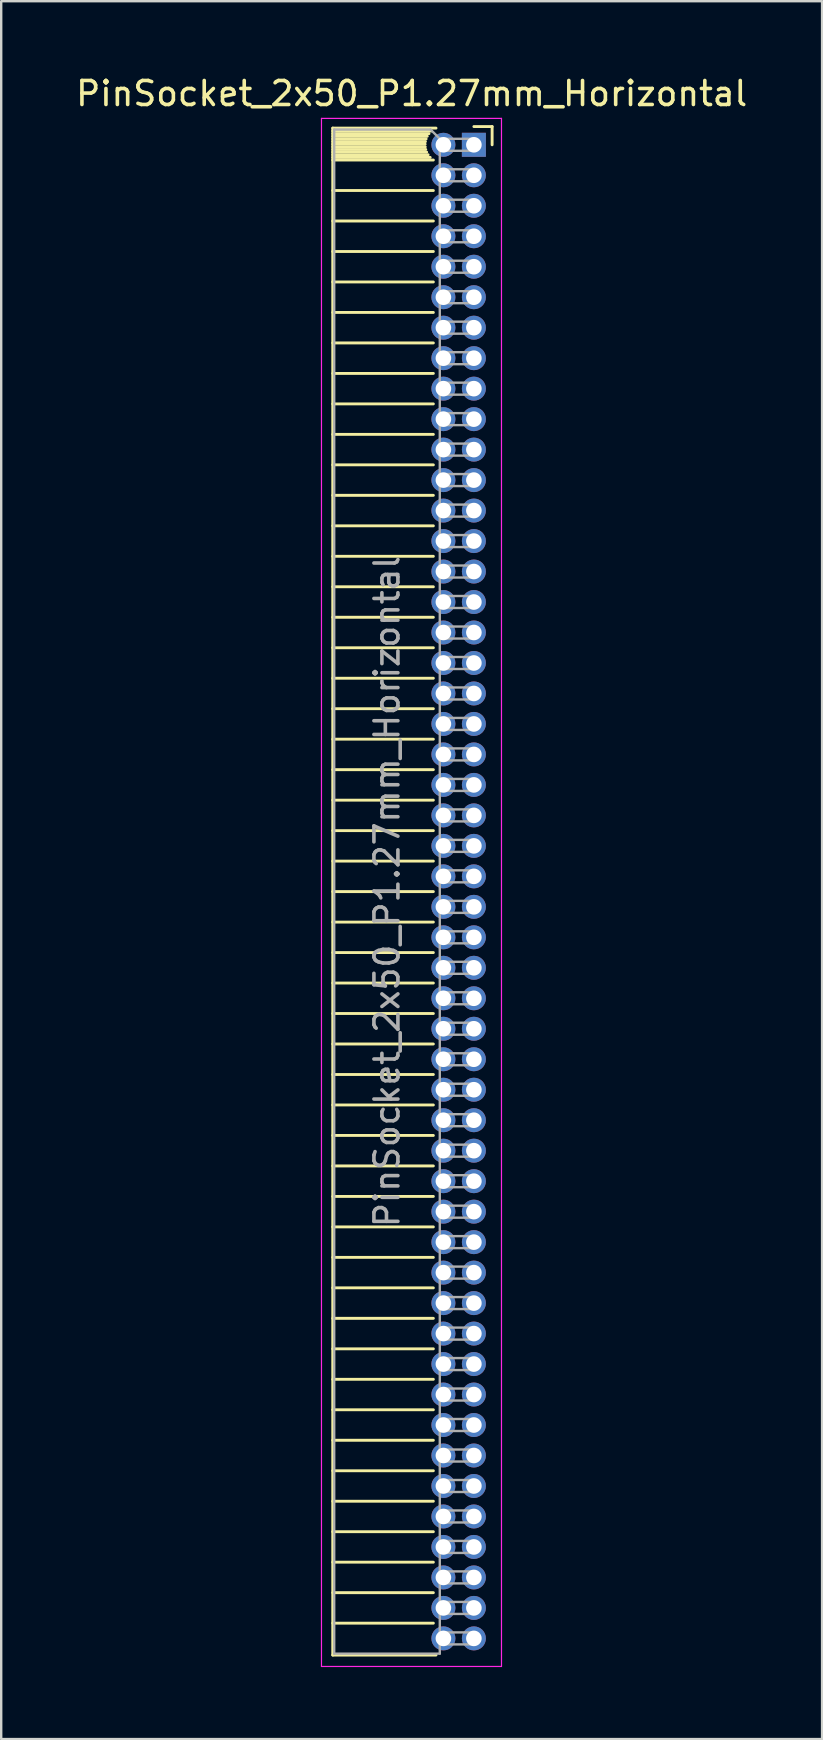
<source format=kicad_pcb>
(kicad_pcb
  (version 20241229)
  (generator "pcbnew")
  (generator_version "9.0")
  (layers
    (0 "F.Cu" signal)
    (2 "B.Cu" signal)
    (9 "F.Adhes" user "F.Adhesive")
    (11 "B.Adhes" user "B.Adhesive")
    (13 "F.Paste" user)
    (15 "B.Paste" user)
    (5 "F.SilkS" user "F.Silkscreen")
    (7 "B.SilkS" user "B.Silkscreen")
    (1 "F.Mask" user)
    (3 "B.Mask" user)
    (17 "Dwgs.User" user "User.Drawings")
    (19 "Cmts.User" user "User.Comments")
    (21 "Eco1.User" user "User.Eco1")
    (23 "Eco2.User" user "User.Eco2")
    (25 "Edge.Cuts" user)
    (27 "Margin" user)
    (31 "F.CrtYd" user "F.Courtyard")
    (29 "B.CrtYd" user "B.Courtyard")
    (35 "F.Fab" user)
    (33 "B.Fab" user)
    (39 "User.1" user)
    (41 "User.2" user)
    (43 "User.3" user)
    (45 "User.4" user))
  (footprint "PinSocket_2x50_P1.27mm_Horizontal"
    (layer "F.Cu")
    (at 16.694 2.983)
    (property "Reference" "PinSocket_2x50_P1.27mm_Horizontal" (at -2.592 -2.135 0) (layer "F.SilkS") (effects (font (size 1 1) (thickness 0.15))))
    (attr through_hole)
    (fp_line (start -5.88 -0.695) (end -5.88 62.925) (stroke (width 0.12) (type solid)) (layer "F.SilkS"))
    (fp_line (start -5.88 -0.695) (end -1.578 -0.695) (stroke (width 0.12) (type solid)) (layer "F.SilkS"))
    (fp_line (start -5.88 -0.575) (end -1.767 -0.575) (stroke (width 0.12) (type solid)) (layer "F.SilkS"))
    (fp_line (start -5.88 -0.465) (end -1.871 -0.465) (stroke (width 0.12) (type solid)) (layer "F.SilkS"))
    (fp_line (start -5.88 -0.355) (end -1.942 -0.355) (stroke (width 0.12) (type solid)) (layer "F.SilkS"))
    (fp_line (start -5.88 -0.245) (end -1.989 -0.245) (stroke (width 0.12) (type solid)) (layer "F.SilkS"))
    (fp_line (start -5.88 -0.135) (end -2.018 -0.135) (stroke (width 0.12) (type solid)) (layer "F.SilkS"))
    (fp_line (start -5.88 -0.025) (end -2.03 -0.025) (stroke (width 0.12) (type solid)) (layer "F.SilkS"))
    (fp_line (start -5.88 0.085) (end -2.025 0.085) (stroke (width 0.12) (type solid)) (layer "F.SilkS"))
    (fp_line (start -5.88 0.195) (end -2.005 0.195) (stroke (width 0.12) (type solid)) (layer "F.SilkS"))
    (fp_line (start -5.88 0.305) (end -1.966 0.305) (stroke (width 0.12) (type solid)) (layer "F.SilkS"))
    (fp_line (start -5.88 0.415) (end -1.907 0.415) (stroke (width 0.12) (type solid)) (layer "F.SilkS"))
    (fp_line (start -5.88 0.525) (end -1.82 0.525) (stroke (width 0.12) (type solid)) (layer "F.SilkS"))
    (fp_line (start -5.88 0.635) (end -1.688 0.635) (stroke (width 0.12) (type solid)) (layer "F.SilkS"))
    (fp_line (start -5.88 1.905) (end -1.688 1.905) (stroke (width 0.12) (type solid)) (layer "F.SilkS"))
    (fp_line (start -5.88 3.175) (end -1.688 3.175) (stroke (width 0.12) (type solid)) (layer "F.SilkS"))
    (fp_line (start -5.88 4.445) (end -1.688 4.445) (stroke (width 0.12) (type solid)) (layer "F.SilkS"))
    (fp_line (start -5.88 5.715) (end -1.688 5.715) (stroke (width 0.12) (type solid)) (layer "F.SilkS"))
    (fp_line (start -5.88 6.985) (end -1.688 6.985) (stroke (width 0.12) (type solid)) (layer "F.SilkS"))
    (fp_line (start -5.88 8.255) (end -1.688 8.255) (stroke (width 0.12) (type solid)) (layer "F.SilkS"))
    (fp_line (start -5.88 9.525) (end -1.688 9.525) (stroke (width 0.12) (type solid)) (layer "F.SilkS"))
    (fp_line (start -5.88 10.795) (end -1.688 10.795) (stroke (width 0.12) (type solid)) (layer "F.SilkS"))
    (fp_line (start -5.88 12.065) (end -1.688 12.065) (stroke (width 0.12) (type solid)) (layer "F.SilkS"))
    (fp_line (start -5.88 13.335) (end -1.688 13.335) (stroke (width 0.12) (type solid)) (layer "F.SilkS"))
    (fp_line (start -5.88 14.605) (end -1.688 14.605) (stroke (width 0.12) (type solid)) (layer "F.SilkS"))
    (fp_line (start -5.88 15.875) (end -1.688 15.875) (stroke (width 0.12) (type solid)) (layer "F.SilkS"))
    (fp_line (start -5.88 17.145) (end -1.688 17.145) (stroke (width 0.12) (type solid)) (layer "F.SilkS"))
    (fp_line (start -5.88 18.415) (end -1.688 18.415) (stroke (width 0.12) (type solid)) (layer "F.SilkS"))
    (fp_line (start -5.88 19.685) (end -1.688 19.685) (stroke (width 0.12) (type solid)) (layer "F.SilkS"))
    (fp_line (start -5.88 20.955) (end -1.688 20.955) (stroke (width 0.12) (type solid)) (layer "F.SilkS"))
    (fp_line (start -5.88 22.225) (end -1.688 22.225) (stroke (width 0.12) (type solid)) (layer "F.SilkS"))
    (fp_line (start -5.88 23.495) (end -1.688 23.495) (stroke (width 0.12) (type solid)) (layer "F.SilkS"))
    (fp_line (start -5.88 24.765) (end -1.688 24.765) (stroke (width 0.12) (type solid)) (layer "F.SilkS"))
    (fp_line (start -5.88 26.035) (end -1.688 26.035) (stroke (width 0.12) (type solid)) (layer "F.SilkS"))
    (fp_line (start -5.88 27.305) (end -1.688 27.305) (stroke (width 0.12) (type solid)) (layer "F.SilkS"))
    (fp_line (start -5.88 28.575) (end -1.688 28.575) (stroke (width 0.12) (type solid)) (layer "F.SilkS"))
    (fp_line (start -5.88 29.845) (end -1.688 29.845) (stroke (width 0.12) (type solid)) (layer "F.SilkS"))
    (fp_line (start -5.88 31.115) (end -1.688 31.115) (stroke (width 0.12) (type solid)) (layer "F.SilkS"))
    (fp_line (start -5.88 32.385) (end -1.688 32.385) (stroke (width 0.12) (type solid)) (layer "F.SilkS"))
    (fp_line (start -5.88 33.655) (end -1.688 33.655) (stroke (width 0.12) (type solid)) (layer "F.SilkS"))
    (fp_line (start -5.88 34.925) (end -1.688 34.925) (stroke (width 0.12) (type solid)) (layer "F.SilkS"))
    (fp_line (start -5.88 36.195) (end -1.688 36.195) (stroke (width 0.12) (type solid)) (layer "F.SilkS"))
    (fp_line (start -5.88 37.465) (end -1.688 37.465) (stroke (width 0.12) (type solid)) (layer "F.SilkS"))
    (fp_line (start -5.88 38.735) (end -1.688 38.735) (stroke (width 0.12) (type solid)) (layer "F.SilkS"))
    (fp_line (start -5.88 40.005) (end -1.688 40.005) (stroke (width 0.12) (type solid)) (layer "F.SilkS"))
    (fp_line (start -5.88 41.275) (end -1.688 41.275) (stroke (width 0.12) (type solid)) (layer "F.SilkS"))
    (fp_line (start -5.88 42.545) (end -1.688 42.545) (stroke (width 0.12) (type solid)) (layer "F.SilkS"))
    (fp_line (start -5.88 43.815) (end -1.688 43.815) (stroke (width 0.12) (type solid)) (layer "F.SilkS"))
    (fp_line (start -5.88 45.085) (end -1.688 45.085) (stroke (width 0.12) (type solid)) (layer "F.SilkS"))
    (fp_line (start -5.88 46.355) (end -1.688 46.355) (stroke (width 0.12) (type solid)) (layer "F.SilkS"))
    (fp_line (start -5.88 47.625) (end -1.688 47.625) (stroke (width 0.12) (type solid)) (layer "F.SilkS"))
    (fp_line (start -5.88 48.895) (end -1.688 48.895) (stroke (width 0.12) (type solid)) (layer "F.SilkS"))
    (fp_line (start -5.88 50.165) (end -1.688 50.165) (stroke (width 0.12) (type solid)) (layer "F.SilkS"))
    (fp_line (start -5.88 51.435) (end -1.688 51.435) (stroke (width 0.12) (type solid)) (layer "F.SilkS"))
    (fp_line (start -5.88 52.705) (end -1.688 52.705) (stroke (width 0.12) (type solid)) (layer "F.SilkS"))
    (fp_line (start -5.88 53.975) (end -1.688 53.975) (stroke (width 0.12) (type solid)) (layer "F.SilkS"))
    (fp_line (start -5.88 55.245) (end -1.688 55.245) (stroke (width 0.12) (type solid)) (layer "F.SilkS"))
    (fp_line (start -5.88 56.515) (end -1.688 56.515) (stroke (width 0.12) (type solid)) (layer "F.SilkS"))
    (fp_line (start -5.88 57.785) (end -1.688 57.785) (stroke (width 0.12) (type solid)) (layer "F.SilkS"))
    (fp_line (start -5.88 59.055) (end -1.688 59.055) (stroke (width 0.12) (type solid)) (layer "F.SilkS"))
    (fp_line (start -5.88 60.325) (end -1.688 60.325) (stroke (width 0.12) (type solid)) (layer "F.SilkS"))
    (fp_line (start -5.88 61.595) (end -1.688 61.595) (stroke (width 0.12) (type solid)) (layer "F.SilkS"))
    (fp_line (start -5.88 62.925) (end -1.578 62.925) (stroke (width 0.12) (type solid)) (layer "F.SilkS"))
    (fp_line (start 0 -0.76) (end 0.76 -0.76) (stroke (width 0.12) (type solid)) (layer "F.SilkS"))
    (fp_line (start 0.76 -0.76) (end 0.76 0) (stroke (width 0.12) (type solid)) (layer "F.SilkS"))
    (fp_line (start -6.35 -1.1) (end -6.35 63.4) (stroke (width 0.05) (type solid)) (layer "F.CrtYd"))
    (fp_line (start -6.35 63.4) (end 1.15 63.4) (stroke (width 0.05) (type solid)) (layer "F.CrtYd"))
    (fp_line (start 1.15 -1.1) (end -6.35 -1.1) (stroke (width 0.05) (type solid)) (layer "F.CrtYd"))
    (fp_line (start 1.15 63.4) (end 1.15 -1.1) (stroke (width 0.05) (type solid)) (layer "F.CrtYd"))
    (fp_line (start -5.82 -0.635) (end -1.805 -0.635) (stroke (width 0.1) (type solid)) (layer "F.Fab"))
    (fp_line (start -5.82 62.865) (end -5.82 -0.635) (stroke (width 0.1) (type solid)) (layer "F.Fab"))
    (fp_line (start -1.805 -0.635) (end -1.42 -0.25) (stroke (width 0.1) (type solid)) (layer "F.Fab"))
    (fp_line (start -1.42 -0.25) (end -1.42 62.865) (stroke (width 0.1) (type solid)) (layer "F.Fab"))
    (fp_line (start -1.42 0.25) (end 0 0.25) (stroke (width 0.1) (type solid)) (layer "F.Fab"))
    (fp_line (start -1.42 1.52) (end 0 1.52) (stroke (width 0.1) (type solid)) (layer "F.Fab"))
    (fp_line (start -1.42 2.79) (end 0 2.79) (stroke (width 0.1) (type solid)) (layer "F.Fab"))
    (fp_line (start -1.42 4.06) (end 0 4.06) (stroke (width 0.1) (type solid)) (layer "F.Fab"))
    (fp_line (start -1.42 5.33) (end 0 5.33) (stroke (width 0.1) (type solid)) (layer "F.Fab"))
    (fp_line (start -1.42 6.6) (end 0 6.6) (stroke (width 0.1) (type solid)) (layer "F.Fab"))
    (fp_line (start -1.42 7.87) (end 0 7.87) (stroke (width 0.1) (type solid)) (layer "F.Fab"))
    (fp_line (start -1.42 9.14) (end 0 9.14) (stroke (width 0.1) (type solid)) (layer "F.Fab"))
    (fp_line (start -1.42 10.41) (end 0 10.41) (stroke (width 0.1) (type solid)) (layer "F.Fab"))
    (fp_line (start -1.42 11.68) (end 0 11.68) (stroke (width 0.1) (type solid)) (layer "F.Fab"))
    (fp_line (start -1.42 12.95) (end 0 12.95) (stroke (width 0.1) (type solid)) (layer "F.Fab"))
    (fp_line (start -1.42 14.22) (end 0 14.22) (stroke (width 0.1) (type solid)) (layer "F.Fab"))
    (fp_line (start -1.42 15.49) (end 0 15.49) (stroke (width 0.1) (type solid)) (layer "F.Fab"))
    (fp_line (start -1.42 16.76) (end 0 16.76) (stroke (width 0.1) (type solid)) (layer "F.Fab"))
    (fp_line (start -1.42 18.03) (end 0 18.03) (stroke (width 0.1) (type solid)) (layer "F.Fab"))
    (fp_line (start -1.42 19.3) (end 0 19.3) (stroke (width 0.1) (type solid)) (layer "F.Fab"))
    (fp_line (start -1.42 20.57) (end 0 20.57) (stroke (width 0.1) (type solid)) (layer "F.Fab"))
    (fp_line (start -1.42 21.84) (end 0 21.84) (stroke (width 0.1) (type solid)) (layer "F.Fab"))
    (fp_line (start -1.42 23.11) (end 0 23.11) (stroke (width 0.1) (type solid)) (layer "F.Fab"))
    (fp_line (start -1.42 24.38) (end 0 24.38) (stroke (width 0.1) (type solid)) (layer "F.Fab"))
    (fp_line (start -1.42 25.65) (end 0 25.65) (stroke (width 0.1) (type solid)) (layer "F.Fab"))
    (fp_line (start -1.42 26.92) (end 0 26.92) (stroke (width 0.1) (type solid)) (layer "F.Fab"))
    (fp_line (start -1.42 28.19) (end 0 28.19) (stroke (width 0.1) (type solid)) (layer "F.Fab"))
    (fp_line (start -1.42 29.46) (end 0 29.46) (stroke (width 0.1) (type solid)) (layer "F.Fab"))
    (fp_line (start -1.42 30.73) (end 0 30.73) (stroke (width 0.1) (type solid)) (layer "F.Fab"))
    (fp_line (start -1.42 32) (end 0 32) (stroke (width 0.1) (type solid)) (layer "F.Fab"))
    (fp_line (start -1.42 33.27) (end 0 33.27) (stroke (width 0.1) (type solid)) (layer "F.Fab"))
    (fp_line (start -1.42 34.54) (end 0 34.54) (stroke (width 0.1) (type solid)) (layer "F.Fab"))
    (fp_line (start -1.42 35.81) (end 0 35.81) (stroke (width 0.1) (type solid)) (layer "F.Fab"))
    (fp_line (start -1.42 37.08) (end 0 37.08) (stroke (width 0.1) (type solid)) (layer "F.Fab"))
    (fp_line (start -1.42 38.35) (end 0 38.35) (stroke (width 0.1) (type solid)) (layer "F.Fab"))
    (fp_line (start -1.42 39.62) (end 0 39.62) (stroke (width 0.1) (type solid)) (layer "F.Fab"))
    (fp_line (start -1.42 40.89) (end 0 40.89) (stroke (width 0.1) (type solid)) (layer "F.Fab"))
    (fp_line (start -1.42 42.16) (end 0 42.16) (stroke (width 0.1) (type solid)) (layer "F.Fab"))
    (fp_line (start -1.42 43.43) (end 0 43.43) (stroke (width 0.1) (type solid)) (layer "F.Fab"))
    (fp_line (start -1.42 44.7) (end 0 44.7) (stroke (width 0.1) (type solid)) (layer "F.Fab"))
    (fp_line (start -1.42 45.97) (end 0 45.97) (stroke (width 0.1) (type solid)) (layer "F.Fab"))
    (fp_line (start -1.42 47.24) (end 0 47.24) (stroke (width 0.1) (type solid)) (layer "F.Fab"))
    (fp_line (start -1.42 48.51) (end 0 48.51) (stroke (width 0.1) (type solid)) (layer "F.Fab"))
    (fp_line (start -1.42 49.78) (end 0 49.78) (stroke (width 0.1) (type solid)) (layer "F.Fab"))
    (fp_line (start -1.42 51.05) (end 0 51.05) (stroke (width 0.1) (type solid)) (layer "F.Fab"))
    (fp_line (start -1.42 52.32) (end 0 52.32) (stroke (width 0.1) (type solid)) (layer "F.Fab"))
    (fp_line (start -1.42 53.59) (end 0 53.59) (stroke (width 0.1) (type solid)) (layer "F.Fab"))
    (fp_line (start -1.42 54.86) (end 0 54.86) (stroke (width 0.1) (type solid)) (layer "F.Fab"))
    (fp_line (start -1.42 56.13) (end 0 56.13) (stroke (width 0.1) (type solid)) (layer "F.Fab"))
    (fp_line (start -1.42 57.4) (end 0 57.4) (stroke (width 0.1) (type solid)) (layer "F.Fab"))
    (fp_line (start -1.42 58.67) (end 0 58.67) (stroke (width 0.1) (type solid)) (layer "F.Fab"))
    (fp_line (start -1.42 59.94) (end 0 59.94) (stroke (width 0.1) (type solid)) (layer "F.Fab"))
    (fp_line (start -1.42 61.21) (end 0 61.21) (stroke (width 0.1) (type solid)) (layer "F.Fab"))
    (fp_line (start -1.42 62.48) (end 0 62.48) (stroke (width 0.1) (type solid)) (layer "F.Fab"))
    (fp_line (start -1.42 62.865) (end -5.82 62.865) (stroke (width 0.1) (type solid)) (layer "F.Fab"))
    (fp_line (start 0 -0.25) (end -1.42 -0.25) (stroke (width 0.1) (type solid)) (layer "F.Fab"))
    (fp_line (start 0 0.25) (end 0 -0.25) (stroke (width 0.1) (type solid)) (layer "F.Fab"))
    (fp_line (start 0 1.02) (end -1.42 1.02) (stroke (width 0.1) (type solid)) (layer "F.Fab"))
    (fp_line (start 0 1.52) (end 0 1.02) (stroke (width 0.1) (type solid)) (layer "F.Fab"))
    (fp_line (start 0 2.29) (end -1.42 2.29) (stroke (width 0.1) (type solid)) (layer "F.Fab"))
    (fp_line (start 0 2.79) (end 0 2.29) (stroke (width 0.1) (type solid)) (layer "F.Fab"))
    (fp_line (start 0 3.56) (end -1.42 3.56) (stroke (width 0.1) (type solid)) (layer "F.Fab"))
    (fp_line (start 0 4.06) (end 0 3.56) (stroke (width 0.1) (type solid)) (layer "F.Fab"))
    (fp_line (start 0 4.83) (end -1.42 4.83) (stroke (width 0.1) (type solid)) (layer "F.Fab"))
    (fp_line (start 0 5.33) (end 0 4.83) (stroke (width 0.1) (type solid)) (layer "F.Fab"))
    (fp_line (start 0 6.1) (end -1.42 6.1) (stroke (width 0.1) (type solid)) (layer "F.Fab"))
    (fp_line (start 0 6.6) (end 0 6.1) (stroke (width 0.1) (type solid)) (layer "F.Fab"))
    (fp_line (start 0 7.37) (end -1.42 7.37) (stroke (width 0.1) (type solid)) (layer "F.Fab"))
    (fp_line (start 0 7.87) (end 0 7.37) (stroke (width 0.1) (type solid)) (layer "F.Fab"))
    (fp_line (start 0 8.64) (end -1.42 8.64) (stroke (width 0.1) (type solid)) (layer "F.Fab"))
    (fp_line (start 0 9.14) (end 0 8.64) (stroke (width 0.1) (type solid)) (layer "F.Fab"))
    (fp_line (start 0 9.91) (end -1.42 9.91) (stroke (width 0.1) (type solid)) (layer "F.Fab"))
    (fp_line (start 0 10.41) (end 0 9.91) (stroke (width 0.1) (type solid)) (layer "F.Fab"))
    (fp_line (start 0 11.18) (end -1.42 11.18) (stroke (width 0.1) (type solid)) (layer "F.Fab"))
    (fp_line (start 0 11.68) (end 0 11.18) (stroke (width 0.1) (type solid)) (layer "F.Fab"))
    (fp_line (start 0 12.45) (end -1.42 12.45) (stroke (width 0.1) (type solid)) (layer "F.Fab"))
    (fp_line (start 0 12.95) (end 0 12.45) (stroke (width 0.1) (type solid)) (layer "F.Fab"))
    (fp_line (start 0 13.72) (end -1.42 13.72) (stroke (width 0.1) (type solid)) (layer "F.Fab"))
    (fp_line (start 0 14.22) (end 0 13.72) (stroke (width 0.1) (type solid)) (layer "F.Fab"))
    (fp_line (start 0 14.99) (end -1.42 14.99) (stroke (width 0.1) (type solid)) (layer "F.Fab"))
    (fp_line (start 0 15.49) (end 0 14.99) (stroke (width 0.1) (type solid)) (layer "F.Fab"))
    (fp_line (start 0 16.26) (end -1.42 16.26) (stroke (width 0.1) (type solid)) (layer "F.Fab"))
    (fp_line (start 0 16.76) (end 0 16.26) (stroke (width 0.1) (type solid)) (layer "F.Fab"))
    (fp_line (start 0 17.53) (end -1.42 17.53) (stroke (width 0.1) (type solid)) (layer "F.Fab"))
    (fp_line (start 0 18.03) (end 0 17.53) (stroke (width 0.1) (type solid)) (layer "F.Fab"))
    (fp_line (start 0 18.8) (end -1.42 18.8) (stroke (width 0.1) (type solid)) (layer "F.Fab"))
    (fp_line (start 0 19.3) (end 0 18.8) (stroke (width 0.1) (type solid)) (layer "F.Fab"))
    (fp_line (start 0 20.07) (end -1.42 20.07) (stroke (width 0.1) (type solid)) (layer "F.Fab"))
    (fp_line (start 0 20.57) (end 0 20.07) (stroke (width 0.1) (type solid)) (layer "F.Fab"))
    (fp_line (start 0 21.34) (end -1.42 21.34) (stroke (width 0.1) (type solid)) (layer "F.Fab"))
    (fp_line (start 0 21.84) (end 0 21.34) (stroke (width 0.1) (type solid)) (layer "F.Fab"))
    (fp_line (start 0 22.61) (end -1.42 22.61) (stroke (width 0.1) (type solid)) (layer "F.Fab"))
    (fp_line (start 0 23.11) (end 0 22.61) (stroke (width 0.1) (type solid)) (layer "F.Fab"))
    (fp_line (start 0 23.88) (end -1.42 23.88) (stroke (width 0.1) (type solid)) (layer "F.Fab"))
    (fp_line (start 0 24.38) (end 0 23.88) (stroke (width 0.1) (type solid)) (layer "F.Fab"))
    (fp_line (start 0 25.15) (end -1.42 25.15) (stroke (width 0.1) (type solid)) (layer "F.Fab"))
    (fp_line (start 0 25.65) (end 0 25.15) (stroke (width 0.1) (type solid)) (layer "F.Fab"))
    (fp_line (start 0 26.42) (end -1.42 26.42) (stroke (width 0.1) (type solid)) (layer "F.Fab"))
    (fp_line (start 0 26.92) (end 0 26.42) (stroke (width 0.1) (type solid)) (layer "F.Fab"))
    (fp_line (start 0 27.69) (end -1.42 27.69) (stroke (width 0.1) (type solid)) (layer "F.Fab"))
    (fp_line (start 0 28.19) (end 0 27.69) (stroke (width 0.1) (type solid)) (layer "F.Fab"))
    (fp_line (start 0 28.96) (end -1.42 28.96) (stroke (width 0.1) (type solid)) (layer "F.Fab"))
    (fp_line (start 0 29.46) (end 0 28.96) (stroke (width 0.1) (type solid)) (layer "F.Fab"))
    (fp_line (start 0 30.23) (end -1.42 30.23) (stroke (width 0.1) (type solid)) (layer "F.Fab"))
    (fp_line (start 0 30.73) (end 0 30.23) (stroke (width 0.1) (type solid)) (layer "F.Fab"))
    (fp_line (start 0 31.5) (end -1.42 31.5) (stroke (width 0.1) (type solid)) (layer "F.Fab"))
    (fp_line (start 0 32) (end 0 31.5) (stroke (width 0.1) (type solid)) (layer "F.Fab"))
    (fp_line (start 0 32.77) (end -1.42 32.77) (stroke (width 0.1) (type solid)) (layer "F.Fab"))
    (fp_line (start 0 33.27) (end 0 32.77) (stroke (width 0.1) (type solid)) (layer "F.Fab"))
    (fp_line (start 0 34.04) (end -1.42 34.04) (stroke (width 0.1) (type solid)) (layer "F.Fab"))
    (fp_line (start 0 34.54) (end 0 34.04) (stroke (width 0.1) (type solid)) (layer "F.Fab"))
    (fp_line (start 0 35.31) (end -1.42 35.31) (stroke (width 0.1) (type solid)) (layer "F.Fab"))
    (fp_line (start 0 35.81) (end 0 35.31) (stroke (width 0.1) (type solid)) (layer "F.Fab"))
    (fp_line (start 0 36.58) (end -1.42 36.58) (stroke (width 0.1) (type solid)) (layer "F.Fab"))
    (fp_line (start 0 37.08) (end 0 36.58) (stroke (width 0.1) (type solid)) (layer "F.Fab"))
    (fp_line (start 0 37.85) (end -1.42 37.85) (stroke (width 0.1) (type solid)) (layer "F.Fab"))
    (fp_line (start 0 38.35) (end 0 37.85) (stroke (width 0.1) (type solid)) (layer "F.Fab"))
    (fp_line (start 0 39.12) (end -1.42 39.12) (stroke (width 0.1) (type solid)) (layer "F.Fab"))
    (fp_line (start 0 39.62) (end 0 39.12) (stroke (width 0.1) (type solid)) (layer "F.Fab"))
    (fp_line (start 0 40.39) (end -1.42 40.39) (stroke (width 0.1) (type solid)) (layer "F.Fab"))
    (fp_line (start 0 40.89) (end 0 40.39) (stroke (width 0.1) (type solid)) (layer "F.Fab"))
    (fp_line (start 0 41.66) (end -1.42 41.66) (stroke (width 0.1) (type solid)) (layer "F.Fab"))
    (fp_line (start 0 42.16) (end 0 41.66) (stroke (width 0.1) (type solid)) (layer "F.Fab"))
    (fp_line (start 0 42.93) (end -1.42 42.93) (stroke (width 0.1) (type solid)) (layer "F.Fab"))
    (fp_line (start 0 43.43) (end 0 42.93) (stroke (width 0.1) (type solid)) (layer "F.Fab"))
    (fp_line (start 0 44.2) (end -1.42 44.2) (stroke (width 0.1) (type solid)) (layer "F.Fab"))
    (fp_line (start 0 44.7) (end 0 44.2) (stroke (width 0.1) (type solid)) (layer "F.Fab"))
    (fp_line (start 0 45.47) (end -1.42 45.47) (stroke (width 0.1) (type solid)) (layer "F.Fab"))
    (fp_line (start 0 45.97) (end 0 45.47) (stroke (width 0.1) (type solid)) (layer "F.Fab"))
    (fp_line (start 0 46.74) (end -1.42 46.74) (stroke (width 0.1) (type solid)) (layer "F.Fab"))
    (fp_line (start 0 47.24) (end 0 46.74) (stroke (width 0.1) (type solid)) (layer "F.Fab"))
    (fp_line (start 0 48.01) (end -1.42 48.01) (stroke (width 0.1) (type solid)) (layer "F.Fab"))
    (fp_line (start 0 48.51) (end 0 48.01) (stroke (width 0.1) (type solid)) (layer "F.Fab"))
    (fp_line (start 0 49.28) (end -1.42 49.28) (stroke (width 0.1) (type solid)) (layer "F.Fab"))
    (fp_line (start 0 49.78) (end 0 49.28) (stroke (width 0.1) (type solid)) (layer "F.Fab"))
    (fp_line (start 0 50.55) (end -1.42 50.55) (stroke (width 0.1) (type solid)) (layer "F.Fab"))
    (fp_line (start 0 51.05) (end 0 50.55) (stroke (width 0.1) (type solid)) (layer "F.Fab"))
    (fp_line (start 0 51.82) (end -1.42 51.82) (stroke (width 0.1) (type solid)) (layer "F.Fab"))
    (fp_line (start 0 52.32) (end 0 51.82) (stroke (width 0.1) (type solid)) (layer "F.Fab"))
    (fp_line (start 0 53.09) (end -1.42 53.09) (stroke (width 0.1) (type solid)) (layer "F.Fab"))
    (fp_line (start 0 53.59) (end 0 53.09) (stroke (width 0.1) (type solid)) (layer "F.Fab"))
    (fp_line (start 0 54.36) (end -1.42 54.36) (stroke (width 0.1) (type solid)) (layer "F.Fab"))
    (fp_line (start 0 54.86) (end 0 54.36) (stroke (width 0.1) (type solid)) (layer "F.Fab"))
    (fp_line (start 0 55.63) (end -1.42 55.63) (stroke (width 0.1) (type solid)) (layer "F.Fab"))
    (fp_line (start 0 56.13) (end 0 55.63) (stroke (width 0.1) (type solid)) (layer "F.Fab"))
    (fp_line (start 0 56.9) (end -1.42 56.9) (stroke (width 0.1) (type solid)) (layer "F.Fab"))
    (fp_line (start 0 57.4) (end 0 56.9) (stroke (width 0.1) (type solid)) (layer "F.Fab"))
    (fp_line (start 0 58.17) (end -1.42 58.17) (stroke (width 0.1) (type solid)) (layer "F.Fab"))
    (fp_line (start 0 58.67) (end 0 58.17) (stroke (width 0.1) (type solid)) (layer "F.Fab"))
    (fp_line (start 0 59.44) (end -1.42 59.44) (stroke (width 0.1) (type solid)) (layer "F.Fab"))
    (fp_line (start 0 59.94) (end 0 59.44) (stroke (width 0.1) (type solid)) (layer "F.Fab"))
    (fp_line (start 0 60.71) (end -1.42 60.71) (stroke (width 0.1) (type solid)) (layer "F.Fab"))
    (fp_line (start 0 61.21) (end 0 60.71) (stroke (width 0.1) (type solid)) (layer "F.Fab"))
    (fp_line (start 0 61.98) (end -1.42 61.98) (stroke (width 0.1) (type solid)) (layer "F.Fab"))
    (fp_line (start 0 62.48) (end 0 61.98) (stroke (width 0.1) (type solid)) (layer "F.Fab"))
    (fp_text user "${REFERENCE}" (at -3.62 31.115 90) (layer "F.Fab") (effects (font (size 1 1) (thickness 0.15))))
    (pad "1" thru_hole rect (at 0 0) (size 1 1) (drill 0.65) (layers "*.Cu" "*.Mask"))
    (pad "2" thru_hole circle (at -1.27 0) (size 1 1) (drill 0.65) (layers "*.Cu" "*.Mask"))
    (pad "3" thru_hole circle (at 0 1.27) (size 1 1) (drill 0.65) (layers "*.Cu" "*.Mask"))
    (pad "4" thru_hole circle (at -1.27 1.27) (size 1 1) (drill 0.65) (layers "*.Cu" "*.Mask"))
    (pad "5" thru_hole circle (at 0 2.54) (size 1 1) (drill 0.65) (layers "*.Cu" "*.Mask"))
    (pad "6" thru_hole circle (at -1.27 2.54) (size 1 1) (drill 0.65) (layers "*.Cu" "*.Mask"))
    (pad "7" thru_hole circle (at 0 3.81) (size 1 1) (drill 0.65) (layers "*.Cu" "*.Mask"))
    (pad "8" thru_hole circle (at -1.27 3.81) (size 1 1) (drill 0.65) (layers "*.Cu" "*.Mask"))
    (pad "9" thru_hole circle (at 0 5.08) (size 1 1) (drill 0.65) (layers "*.Cu" "*.Mask"))
    (pad "10" thru_hole circle (at -1.27 5.08) (size 1 1) (drill 0.65) (layers "*.Cu" "*.Mask"))
    (pad "11" thru_hole circle (at 0 6.35) (size 1 1) (drill 0.65) (layers "*.Cu" "*.Mask"))
    (pad "12" thru_hole circle (at -1.27 6.35) (size 1 1) (drill 0.65) (layers "*.Cu" "*.Mask"))
    (pad "13" thru_hole circle (at 0 7.62) (size 1 1) (drill 0.65) (layers "*.Cu" "*.Mask"))
    (pad "14" thru_hole circle (at -1.27 7.62) (size 1 1) (drill 0.65) (layers "*.Cu" "*.Mask"))
    (pad "15" thru_hole circle (at 0 8.89) (size 1 1) (drill 0.65) (layers "*.Cu" "*.Mask"))
    (pad "16" thru_hole circle (at -1.27 8.89) (size 1 1) (drill 0.65) (layers "*.Cu" "*.Mask"))
    (pad "17" thru_hole circle (at 0 10.16) (size 1 1) (drill 0.65) (layers "*.Cu" "*.Mask"))
    (pad "18" thru_hole circle (at -1.27 10.16) (size 1 1) (drill 0.65) (layers "*.Cu" "*.Mask"))
    (pad "19" thru_hole circle (at 0 11.43) (size 1 1) (drill 0.65) (layers "*.Cu" "*.Mask"))
    (pad "20" thru_hole circle (at -1.27 11.43) (size 1 1) (drill 0.65) (layers "*.Cu" "*.Mask"))
    (pad "21" thru_hole circle (at 0 12.7) (size 1 1) (drill 0.65) (layers "*.Cu" "*.Mask"))
    (pad "22" thru_hole circle (at -1.27 12.7) (size 1 1) (drill 0.65) (layers "*.Cu" "*.Mask"))
    (pad "23" thru_hole circle (at 0 13.97) (size 1 1) (drill 0.65) (layers "*.Cu" "*.Mask"))
    (pad "24" thru_hole circle (at -1.27 13.97) (size 1 1) (drill 0.65) (layers "*.Cu" "*.Mask"))
    (pad "25" thru_hole circle (at 0 15.24) (size 1 1) (drill 0.65) (layers "*.Cu" "*.Mask"))
    (pad "26" thru_hole circle (at -1.27 15.24) (size 1 1) (drill 0.65) (layers "*.Cu" "*.Mask"))
    (pad "27" thru_hole circle (at 0 16.51) (size 1 1) (drill 0.65) (layers "*.Cu" "*.Mask"))
    (pad "28" thru_hole circle (at -1.27 16.51) (size 1 1) (drill 0.65) (layers "*.Cu" "*.Mask"))
    (pad "29" thru_hole circle (at 0 17.78) (size 1 1) (drill 0.65) (layers "*.Cu" "*.Mask"))
    (pad "30" thru_hole circle (at -1.27 17.78) (size 1 1) (drill 0.65) (layers "*.Cu" "*.Mask"))
    (pad "31" thru_hole circle (at 0 19.05) (size 1 1) (drill 0.65) (layers "*.Cu" "*.Mask"))
    (pad "32" thru_hole circle (at -1.27 19.05) (size 1 1) (drill 0.65) (layers "*.Cu" "*.Mask"))
    (pad "33" thru_hole circle (at 0 20.32) (size 1 1) (drill 0.65) (layers "*.Cu" "*.Mask"))
    (pad "34" thru_hole circle (at -1.27 20.32) (size 1 1) (drill 0.65) (layers "*.Cu" "*.Mask"))
    (pad "35" thru_hole circle (at 0 21.59) (size 1 1) (drill 0.65) (layers "*.Cu" "*.Mask"))
    (pad "36" thru_hole circle (at -1.27 21.59) (size 1 1) (drill 0.65) (layers "*.Cu" "*.Mask"))
    (pad "37" thru_hole circle (at 0 22.86) (size 1 1) (drill 0.65) (layers "*.Cu" "*.Mask"))
    (pad "38" thru_hole circle (at -1.27 22.86) (size 1 1) (drill 0.65) (layers "*.Cu" "*.Mask"))
    (pad "39" thru_hole circle (at 0 24.13) (size 1 1) (drill 0.65) (layers "*.Cu" "*.Mask"))
    (pad "40" thru_hole circle (at -1.27 24.13) (size 1 1) (drill 0.65) (layers "*.Cu" "*.Mask"))
    (pad "41" thru_hole circle (at 0 25.4) (size 1 1) (drill 0.65) (layers "*.Cu" "*.Mask"))
    (pad "42" thru_hole circle (at -1.27 25.4) (size 1 1) (drill 0.65) (layers "*.Cu" "*.Mask"))
    (pad "43" thru_hole circle (at 0 26.67) (size 1 1) (drill 0.65) (layers "*.Cu" "*.Mask"))
    (pad "44" thru_hole circle (at -1.27 26.67) (size 1 1) (drill 0.65) (layers "*.Cu" "*.Mask"))
    (pad "45" thru_hole circle (at 0 27.94) (size 1 1) (drill 0.65) (layers "*.Cu" "*.Mask"))
    (pad "46" thru_hole circle (at -1.27 27.94) (size 1 1) (drill 0.65) (layers "*.Cu" "*.Mask"))
    (pad "47" thru_hole circle (at 0 29.21) (size 1 1) (drill 0.65) (layers "*.Cu" "*.Mask"))
    (pad "48" thru_hole circle (at -1.27 29.21) (size 1 1) (drill 0.65) (layers "*.Cu" "*.Mask"))
    (pad "49" thru_hole circle (at 0 30.48) (size 1 1) (drill 0.65) (layers "*.Cu" "*.Mask"))
    (pad "50" thru_hole circle (at -1.27 30.48) (size 1 1) (drill 0.65) (layers "*.Cu" "*.Mask"))
    (pad "51" thru_hole circle (at 0 31.75) (size 1 1) (drill 0.65) (layers "*.Cu" "*.Mask"))
    (pad "52" thru_hole circle (at -1.27 31.75) (size 1 1) (drill 0.65) (layers "*.Cu" "*.Mask"))
    (pad "53" thru_hole circle (at 0 33.02) (size 1 1) (drill 0.65) (layers "*.Cu" "*.Mask"))
    (pad "54" thru_hole circle (at -1.27 33.02) (size 1 1) (drill 0.65) (layers "*.Cu" "*.Mask"))
    (pad "55" thru_hole circle (at 0 34.29) (size 1 1) (drill 0.65) (layers "*.Cu" "*.Mask"))
    (pad "56" thru_hole circle (at -1.27 34.29) (size 1 1) (drill 0.65) (layers "*.Cu" "*.Mask"))
    (pad "57" thru_hole circle (at 0 35.56) (size 1 1) (drill 0.65) (layers "*.Cu" "*.Mask"))
    (pad "58" thru_hole circle (at -1.27 35.56) (size 1 1) (drill 0.65) (layers "*.Cu" "*.Mask"))
    (pad "59" thru_hole circle (at 0 36.83) (size 1 1) (drill 0.65) (layers "*.Cu" "*.Mask"))
    (pad "60" thru_hole circle (at -1.27 36.83) (size 1 1) (drill 0.65) (layers "*.Cu" "*.Mask"))
    (pad "61" thru_hole circle (at 0 38.1) (size 1 1) (drill 0.65) (layers "*.Cu" "*.Mask"))
    (pad "62" thru_hole circle (at -1.27 38.1) (size 1 1) (drill 0.65) (layers "*.Cu" "*.Mask"))
    (pad "63" thru_hole circle (at 0 39.37) (size 1 1) (drill 0.65) (layers "*.Cu" "*.Mask"))
    (pad "64" thru_hole circle (at -1.27 39.37) (size 1 1) (drill 0.65) (layers "*.Cu" "*.Mask"))
    (pad "65" thru_hole circle (at 0 40.64) (size 1 1) (drill 0.65) (layers "*.Cu" "*.Mask"))
    (pad "66" thru_hole circle (at -1.27 40.64) (size 1 1) (drill 0.65) (layers "*.Cu" "*.Mask"))
    (pad "67" thru_hole circle (at 0 41.91) (size 1 1) (drill 0.65) (layers "*.Cu" "*.Mask"))
    (pad "68" thru_hole circle (at -1.27 41.91) (size 1 1) (drill 0.65) (layers "*.Cu" "*.Mask"))
    (pad "69" thru_hole circle (at 0 43.18) (size 1 1) (drill 0.65) (layers "*.Cu" "*.Mask"))
    (pad "70" thru_hole circle (at -1.27 43.18) (size 1 1) (drill 0.65) (layers "*.Cu" "*.Mask"))
    (pad "71" thru_hole circle (at 0 44.45) (size 1 1) (drill 0.65) (layers "*.Cu" "*.Mask"))
    (pad "72" thru_hole circle (at -1.27 44.45) (size 1 1) (drill 0.65) (layers "*.Cu" "*.Mask"))
    (pad "73" thru_hole circle (at 0 45.72) (size 1 1) (drill 0.65) (layers "*.Cu" "*.Mask"))
    (pad "74" thru_hole circle (at -1.27 45.72) (size 1 1) (drill 0.65) (layers "*.Cu" "*.Mask"))
    (pad "75" thru_hole circle (at 0 46.99) (size 1 1) (drill 0.65) (layers "*.Cu" "*.Mask"))
    (pad "76" thru_hole circle (at -1.27 46.99) (size 1 1) (drill 0.65) (layers "*.Cu" "*.Mask"))
    (pad "77" thru_hole circle (at 0 48.26) (size 1 1) (drill 0.65) (layers "*.Cu" "*.Mask"))
    (pad "78" thru_hole circle (at -1.27 48.26) (size 1 1) (drill 0.65) (layers "*.Cu" "*.Mask"))
    (pad "79" thru_hole circle (at 0 49.53) (size 1 1) (drill 0.65) (layers "*.Cu" "*.Mask"))
    (pad "80" thru_hole circle (at -1.27 49.53) (size 1 1) (drill 0.65) (layers "*.Cu" "*.Mask"))
    (pad "81" thru_hole circle (at 0 50.8) (size 1 1) (drill 0.65) (layers "*.Cu" "*.Mask"))
    (pad "82" thru_hole circle (at -1.27 50.8) (size 1 1) (drill 0.65) (layers "*.Cu" "*.Mask"))
    (pad "83" thru_hole circle (at 0 52.07) (size 1 1) (drill 0.65) (layers "*.Cu" "*.Mask"))
    (pad "84" thru_hole circle (at -1.27 52.07) (size 1 1) (drill 0.65) (layers "*.Cu" "*.Mask"))
    (pad "85" thru_hole circle (at 0 53.34) (size 1 1) (drill 0.65) (layers "*.Cu" "*.Mask"))
    (pad "86" thru_hole circle (at -1.27 53.34) (size 1 1) (drill 0.65) (layers "*.Cu" "*.Mask"))
    (pad "87" thru_hole circle (at 0 54.61) (size 1 1) (drill 0.65) (layers "*.Cu" "*.Mask"))
    (pad "88" thru_hole circle (at -1.27 54.61) (size 1 1) (drill 0.65) (layers "*.Cu" "*.Mask"))
    (pad "89" thru_hole circle (at 0 55.88) (size 1 1) (drill 0.65) (layers "*.Cu" "*.Mask"))
    (pad "90" thru_hole circle (at -1.27 55.88) (size 1 1) (drill 0.65) (layers "*.Cu" "*.Mask"))
    (pad "91" thru_hole circle (at 0 57.15) (size 1 1) (drill 0.65) (layers "*.Cu" "*.Mask"))
    (pad "92" thru_hole circle (at -1.27 57.15) (size 1 1) (drill 0.65) (layers "*.Cu" "*.Mask"))
    (pad "93" thru_hole circle (at 0 58.42) (size 1 1) (drill 0.65) (layers "*.Cu" "*.Mask"))
    (pad "94" thru_hole circle (at -1.27 58.42) (size 1 1) (drill 0.65) (layers "*.Cu" "*.Mask"))
    (pad "95" thru_hole circle (at 0 59.69) (size 1 1) (drill 0.65) (layers "*.Cu" "*.Mask"))
    (pad "96" thru_hole circle (at -1.27 59.69) (size 1 1) (drill 0.65) (layers "*.Cu" "*.Mask"))
    (pad "97" thru_hole circle (at 0 60.96) (size 1 1) (drill 0.65) (layers "*.Cu" "*.Mask"))
    (pad "98" thru_hole circle (at -1.27 60.96) (size 1 1) (drill 0.65) (layers "*.Cu" "*.Mask"))
    (pad "99" thru_hole circle (at 0 62.23) (size 1 1) (drill 0.65) (layers "*.Cu" "*.Mask"))
    (pad "100" thru_hole circle (at -1.27 62.23) (size 1 1) (drill 0.65) (layers "*.Cu" "*.Mask")))
  (gr_rect
    (start -3 -3)
    (end 31.202 69.408)
    (stroke (width 0.1) (type default))
    (fill no)
    (layer "Edge.Cuts")))
</source>
